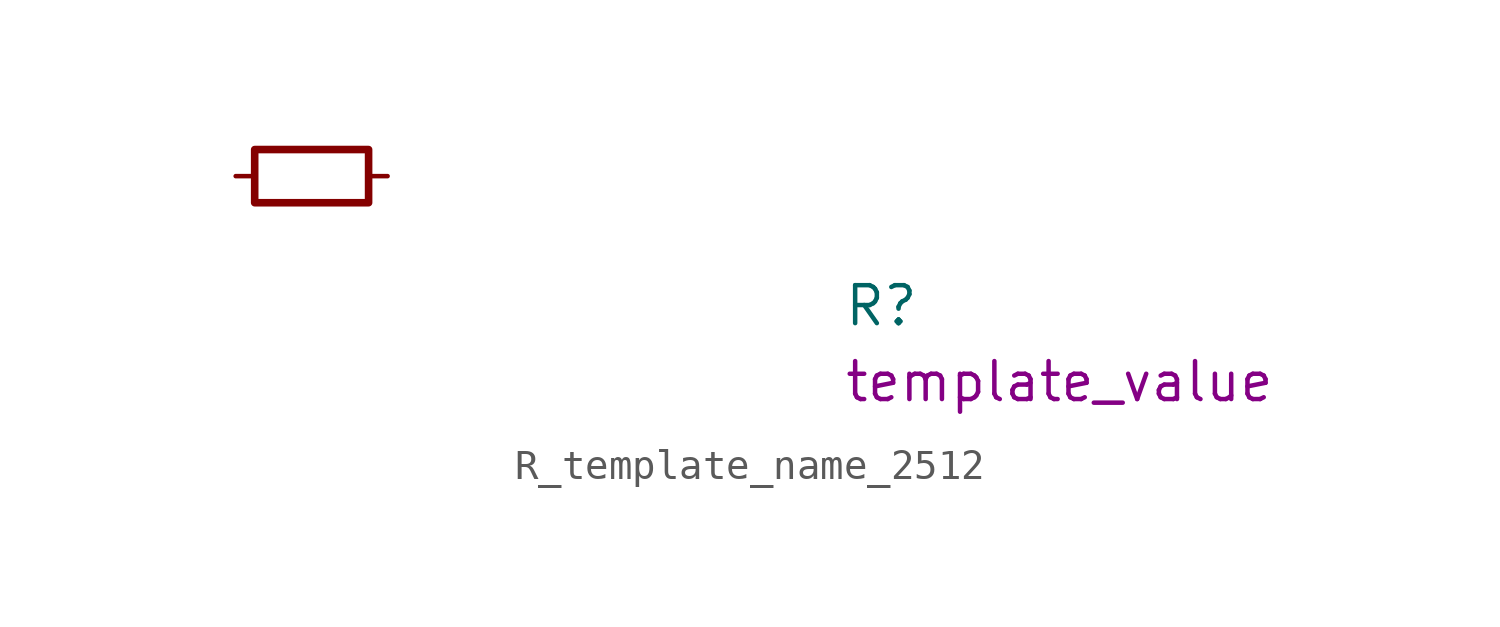
<source format=kicad_sym>
(kicad_symbol_lib
  (version 20220914)
  (generator kicad_symbol_editor)
  (symbol "R_template_name_2512"
    (pin_numbers hide)
    (pin_names hide)
    (property "Reference" "R"
      (at 20.32 -5.08 0)
      (effects (font (size 1.27 1.27) (thickness 0.15)) (justify left bottom)))
    (property "Val" "template_value"
      (at 20.32 -7.62 0)
      (effects (font (size 1.27 1.27) (thickness 0.15)) (justify left bottom)))
    (symbol "R_template_name_2512_0_1"
      (rectangle (start 0.635 0.889) (end 4.445 -0.889) (stroke (width 0.254) (type default)) (fill (type none))))
    (symbol "R_template_name_2512_1_1"
      (pin passive line (at 0 0 0) (length 0.635) (name "~" (effects (font (size 1.27 1.27)))) (number "1" (effects (font (size 1.27 1.27)))))
      (pin passive line (at 5.08 0 180) (length 0.635) (name "~" (effects (font (size 1.27 1.27)))) (number "2" (effects (font (size 1.27 1.27))))))))
</source>
